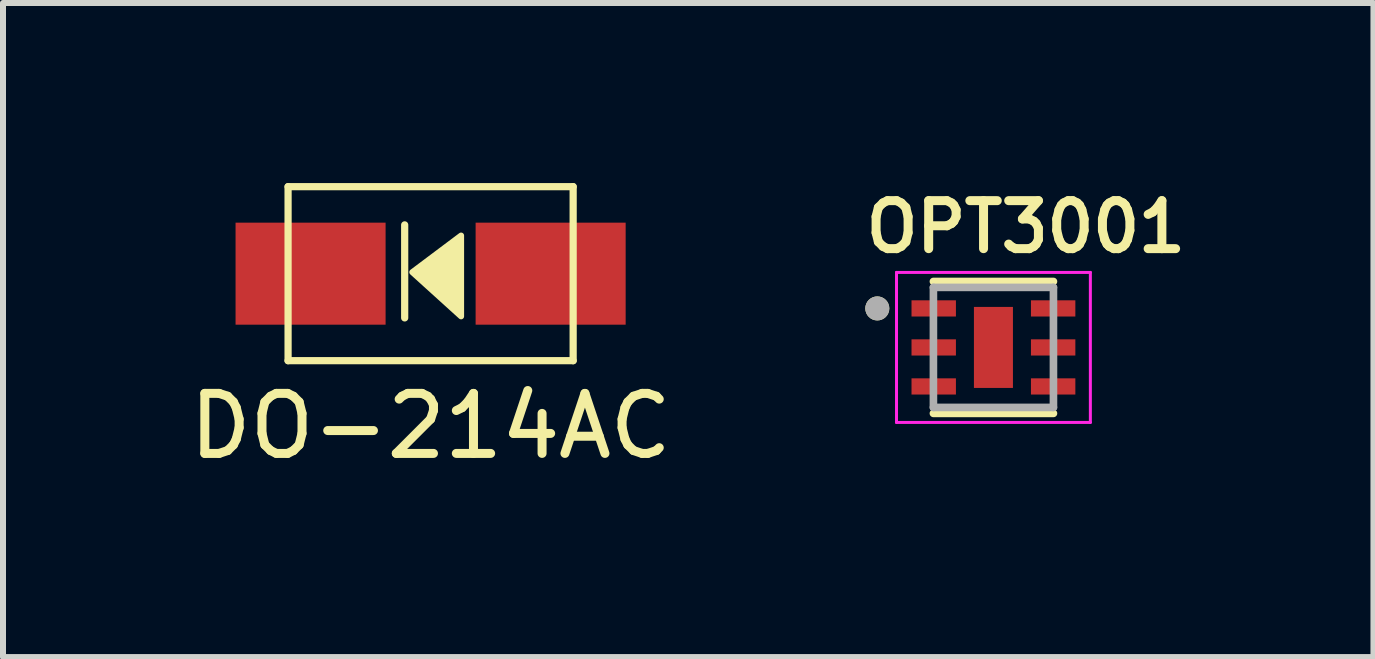
<source format=kicad_pcb>
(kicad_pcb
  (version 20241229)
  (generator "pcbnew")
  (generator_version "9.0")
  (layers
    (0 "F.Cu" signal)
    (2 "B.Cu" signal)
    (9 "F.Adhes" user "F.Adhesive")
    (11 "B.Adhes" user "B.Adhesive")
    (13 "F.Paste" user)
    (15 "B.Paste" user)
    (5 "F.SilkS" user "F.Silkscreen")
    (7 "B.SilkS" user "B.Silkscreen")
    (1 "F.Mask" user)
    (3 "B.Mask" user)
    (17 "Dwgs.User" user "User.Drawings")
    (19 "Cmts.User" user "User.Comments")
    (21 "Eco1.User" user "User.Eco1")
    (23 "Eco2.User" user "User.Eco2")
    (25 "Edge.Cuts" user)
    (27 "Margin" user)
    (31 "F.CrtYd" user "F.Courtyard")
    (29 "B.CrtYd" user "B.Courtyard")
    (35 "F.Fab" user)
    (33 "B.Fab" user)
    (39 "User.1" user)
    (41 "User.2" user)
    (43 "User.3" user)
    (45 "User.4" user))
  (footprint "OPT3001"
    (layer "F.Cu")
    (at 13.503 2.739)
    (property "Reference" "OPT3001" (at 0.54 -2.008 0) (layer "F.SilkS") (effects (font (size 0.8 0.8) (thickness 0.15))))
    (attr through_hole)
    (fp_line (start -1 -1.099) (end 1 -1.099) (stroke (width 0.127) (type solid)) (layer "F.SilkS"))
    (fp_line (start -1 1.099) (end 1 1.099) (stroke (width 0.127) (type solid)) (layer "F.SilkS"))
    (fp_circle (center -1.935 -0.65) (end -1.835 -0.65) (stroke (width 0.2) (type solid)) (fill no) (layer "F.SilkS"))
    (fp_poly (pts (xy -0.21 -0.43) (xy 0.21 -0.43) (xy 0.21 0.43) (xy -0.21 0.43)) (stroke (width 0.01) (type solid)) (fill yes) (layer "F.Paste"))
    (fp_line (start -1.615 -1.25) (end -1.615 1.25) (stroke (width 0.05) (type solid)) (layer "F.CrtYd"))
    (fp_line (start -1.615 -1.25) (end 1.615 -1.25) (stroke (width 0.05) (type solid)) (layer "F.CrtYd"))
    (fp_line (start -1.615 1.25) (end 1.615 1.25) (stroke (width 0.05) (type solid)) (layer "F.CrtYd"))
    (fp_line (start 1.615 -1.25) (end 1.615 1.25) (stroke (width 0.05) (type solid)) (layer "F.CrtYd"))
    (fp_line (start -1 -1) (end -1 1) (stroke (width 0.127) (type solid)) (layer "F.Fab"))
    (fp_line (start -1 -1) (end 1 -1) (stroke (width 0.127) (type solid)) (layer "F.Fab"))
    (fp_line (start -1 1) (end 1 1) (stroke (width 0.127) (type solid)) (layer "F.Fab"))
    (fp_line (start 1 -1) (end 1 1) (stroke (width 0.127) (type solid)) (layer "F.Fab"))
    (fp_circle (center -1.935 -0.65) (end -1.835 -0.65) (stroke (width 0.2) (type solid)) (fill no) (layer "F.Fab"))
    (pad "1" smd rect (at -0.995 -0.65) (size 0.74 0.27) (layers "F.Cu" "F.Mask" "F.Paste"))
    (pad "2" smd rect (at -0.995 0) (size 0.74 0.27) (layers "F.Cu" "F.Mask" "F.Paste"))
    (pad "3" smd rect (at -0.995 0.65) (size 0.74 0.27) (layers "F.Cu" "F.Mask" "F.Paste"))
    (pad "4" smd rect (at 0.995 0.65) (size 0.74 0.27) (layers "F.Cu" "F.Mask" "F.Paste"))
    (pad "5" smd rect (at 0.995 0) (size 0.74 0.27) (layers "F.Cu" "F.Mask" "F.Paste"))
    (pad "6" smd rect (at 0.995 -0.65) (size 0.74 0.27) (layers "F.Cu" "F.Mask" "F.Paste"))
    (pad "7" smd rect (at 0 0) (size 0.65 1.35) (layers "F.Cu" "F.Mask")))
  (footprint "DO-214AC"
    (layer "F.Cu")
    (at 4.125 1.51)
    (property "Reference" "DO-214AC" (at 0 2.54 0) (layer "F.SilkS") (effects (font (size 1 1) (thickness 0.15))))
    (attr smd)
    (fp_line (start -2.375 -1.45) (end 2.375 -1.45) (stroke (width 0.12) (type solid)) (layer "F.SilkS"))
    (fp_line (start -2.375 1.45) (end -2.375 -1.45) (stroke (width 0.12) (type solid)) (layer "F.SilkS"))
    (fp_line (start -2.375 1.45) (end 2.375 1.45) (stroke (width 0.12) (type solid)) (layer "F.SilkS"))
    (fp_line (start -0.432 -0.813) (end -0.432 0.737) (stroke (width 0.12) (type solid)) (layer "F.SilkS"))
    (fp_line (start 2.375 1.45) (end 2.375 -1.45) (stroke (width 0.12) (type solid)) (layer "F.SilkS"))
    (fp_poly (pts (xy 0.508 0.711) (xy -0.305 -0.025) (xy 0.508 -0.635)) (stroke (width 0.1) (type solid)) (fill yes) (layer "F.SilkS"))
    (pad "1" smd rect (at -2 0) (size 2.5 1.7) (layers "F.Cu" "F.Mask" "F.Paste"))
    (pad "2" smd rect (at 2 0) (size 2.5 1.7) (layers "F.Cu" "F.Mask" "F.Paste")))
  (gr_rect
    (start -3 -3)
    (end 19.835 7.898)
    (stroke (width 0.1) (type default))
    (fill no)
    (layer "Edge.Cuts")))
</source>
